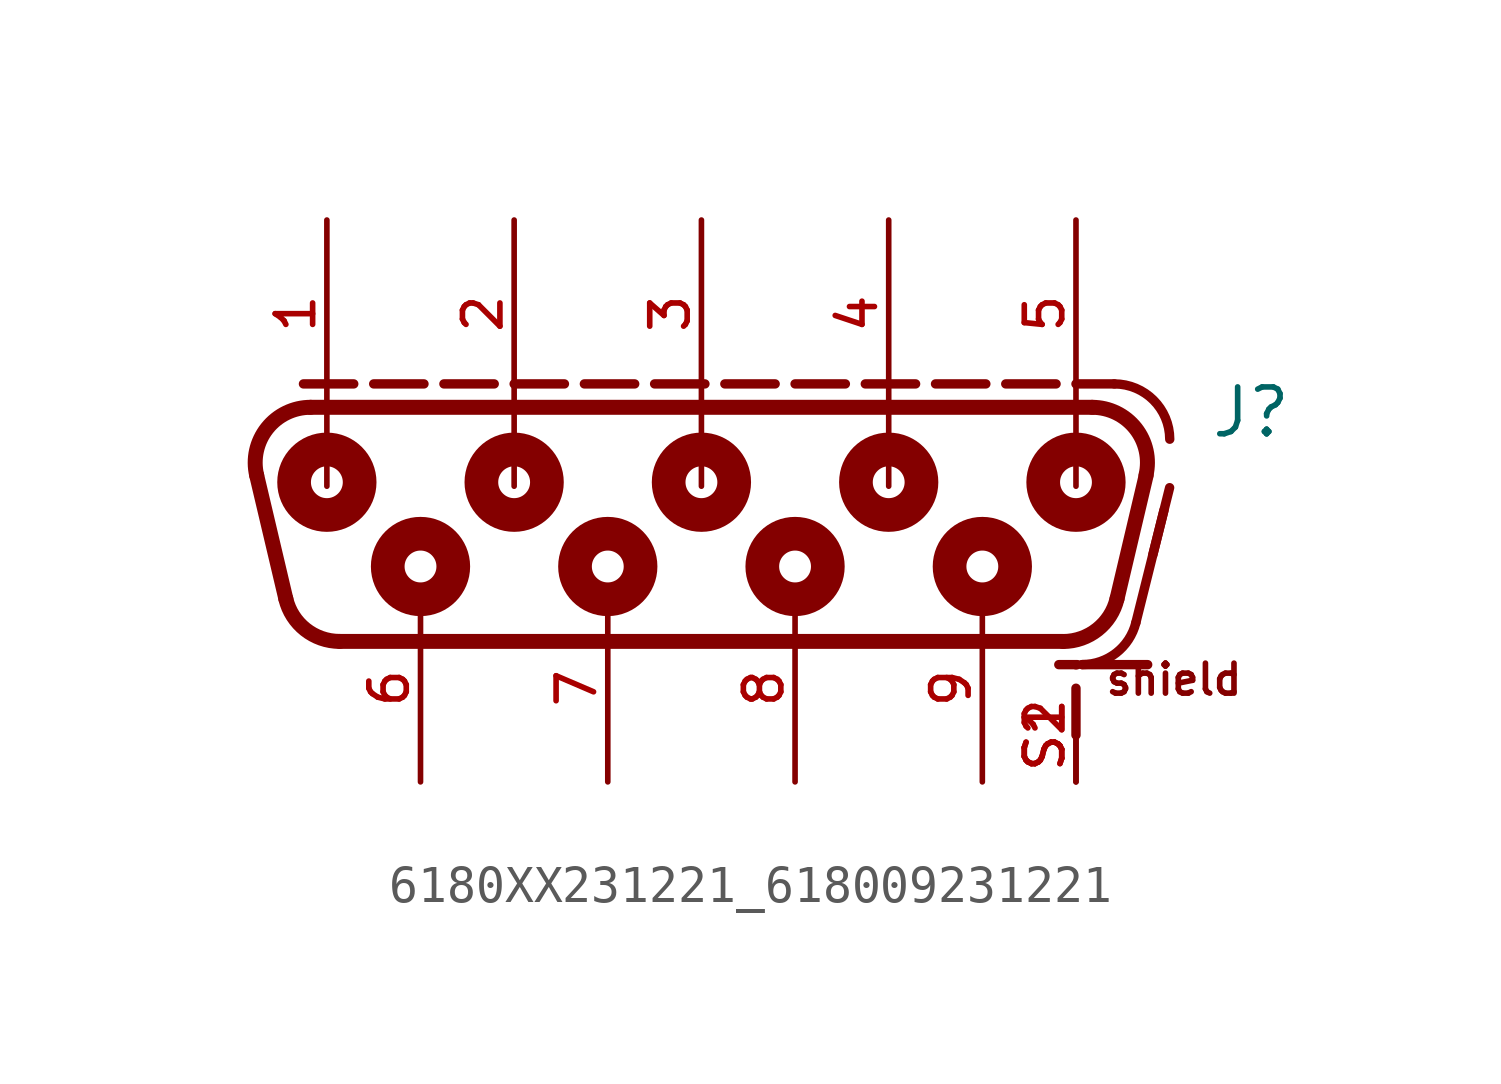
<source format=kicad_sym>
(kicad_symbol_lib
  (version 20231120)
  (generator "kicad_symbol_editor")
  (generator_version "8.0")
  (symbol "6180XX231221_618009231221"
    (pin_names
      (offset 1.016))
    (property "Reference" "J"
      (at 13.78 1.66 0)
      (effects (font (size 1.27 1.27)) (justify left bottom)))
    (symbol "6180XX231221_618009231221_0_0"
      (arc (start -11.2729 -2.6548) (mid -10.7468 -3.4839) (end -9.8131 -3.81) (stroke (width 0.4064) (type default)) (fill (type none)))
      (arc (start -10.6044 2.54) (mid -11.7806 1.9708) (end -12.0642 0.6952) (stroke (width 0.4064) (type default)) (fill (type none)))
      (circle (center -10.16 0.508) (radius 0.432) (stroke (width 0.914) (type default)) (fill (type none)))
      (circle (center -10.16 0.508) (radius 0.762) (stroke (width 0.254) (type default)) (fill (type none)))
      (circle (center -7.62 -1.778) (radius 0.432) (stroke (width 0.914) (type default)) (fill (type none)))
      (circle (center -7.62 -1.778) (radius 0.762) (stroke (width 0.254) (type default)) (fill (type none)))
      (circle (center -5.08 0.508) (radius 0.432) (stroke (width 0.914) (type default)) (fill (type none)))
      (circle (center -5.08 0.508) (radius 0.762) (stroke (width 0.254) (type default)) (fill (type none)))
      (circle (center -2.54 -1.778) (radius 0.432) (stroke (width 0.914) (type default)) (fill (type none)))
      (circle (center -2.54 -1.778) (radius 0.762) (stroke (width 0.254) (type default)) (fill (type none)))
      (polyline (pts (xy -11.273 -2.655) (xy -12.064 0.695)) (stroke (width 0.406) (type default)) (fill (type none)))
      (polyline (pts (xy -10.795 3.175) (xy -9.431 3.175)) (stroke (width 0.254) (type default)) (fill (type none)))
      (polyline (pts (xy -10.604 2.54) (xy 10.604 2.54)) (stroke (width 0.406) (type default)) (fill (type none)))
      (polyline (pts (xy -10.16 2.58) (xy -10.16 0.4)) (stroke (width 0.152) (type default)) (fill (type none)))
      (polyline (pts (xy -8.89 3.175) (xy -7.526 3.175)) (stroke (width 0.254) (type default)) (fill (type none)))
      (polyline (pts (xy -6.985 3.175) (xy -5.62 3.175)) (stroke (width 0.254) (type default)) (fill (type none)))
      (polyline (pts (xy -5.08 2.58) (xy -5.08 0.4)) (stroke (width 0.152) (type default)) (fill (type none)))
      (polyline (pts (xy -5.08 3.175) (xy -3.716 3.175)) (stroke (width 0.254) (type default)) (fill (type none)))
      (polyline (pts (xy -3.175 3.175) (xy -1.81 3.175)) (stroke (width 0.254) (type default)) (fill (type none)))
      (polyline (pts (xy -1.27 3.175) (xy 0.095 3.175)) (stroke (width 0.254) (type default)) (fill (type none)))
      (polyline (pts (xy 0 2.58) (xy 0 0.4)) (stroke (width 0.152) (type default)) (fill (type none)))
      (polyline (pts (xy 0.635 3.175) (xy 2 3.175)) (stroke (width 0.254) (type default)) (fill (type none)))
      (polyline (pts (xy 2.54 3.175) (xy 3.905 3.175)) (stroke (width 0.254) (type default)) (fill (type none)))
      (polyline (pts (xy 4.445 3.175) (xy 5.81 3.175)) (stroke (width 0.254) (type default)) (fill (type none)))
      (polyline (pts (xy 5.08 2.58) (xy 5.08 0.4)) (stroke (width 0.152) (type default)) (fill (type none)))
      (polyline (pts (xy 6.35 3.175) (xy 7.715 3.175)) (stroke (width 0.254) (type default)) (fill (type none)))
      (polyline (pts (xy 8.255 3.175) (xy 9.62 3.175)) (stroke (width 0.254) (type default)) (fill (type none)))
      (polyline (pts (xy 9.813 -3.81) (xy -9.813 -3.81)) (stroke (width 0.406) (type default)) (fill (type none)))
      (polyline (pts (xy 10.16 -6.35) (xy 10.16 -5.08)) (stroke (width 0.254) (type default)) (fill (type none)))
      (polyline (pts (xy 10.16 -4.445) (xy 10.16 -4.445)) (stroke (width 0.254) (type default)) (fill (type none)))
      (polyline (pts (xy 10.16 2.58) (xy 10.16 0.4)) (stroke (width 0.152) (type default)) (fill (type none)))
      (polyline (pts (xy 10.16 3.175) (xy 11.2 3.175)) (stroke (width 0.254) (type default)) (fill (type none)))
      (polyline (pts (xy 10.2 -4.44) (xy 9.694 -4.44)) (stroke (width 0.254) (type default)) (fill (type none)))
      (polyline (pts (xy 11.784 -3.304) (xy 12.546 -0.256)) (stroke (width 0.254) (type default)) (fill (type none)))
      (polyline (pts (xy 12.064 0.695) (xy 11.273 -2.655)) (stroke (width 0.406) (type default)) (fill (type none)))
      (polyline (pts (xy 12.105 -4.44) (xy 10.329 -4.44)) (stroke (width 0.254) (type default)) (fill (type none)))
      (polyline (pts (xy 12.246 -1.456) (xy 12.7 0.36)) (stroke (width 0.254) (type default)) (fill (type none)))
      (circle (center 0 0.508) (radius 0.432) (stroke (width 0.914) (type default)) (fill (type none)))
      (circle (center 0 0.508) (radius 0.762) (stroke (width 0.254) (type default)) (fill (type none)))
      (circle (center 2.54 -1.778) (radius 0.432) (stroke (width 0.914) (type default)) (fill (type none)))
      (circle (center 2.54 -1.778) (radius 0.762) (stroke (width 0.254) (type default)) (fill (type none)))
      (circle (center 5.08 0.508) (radius 0.432) (stroke (width 0.914) (type default)) (fill (type none)))
      (circle (center 5.08 0.508) (radius 0.762) (stroke (width 0.254) (type default)) (fill (type none)))
      (circle (center 7.62 -1.778) (radius 0.432) (stroke (width 0.914) (type default)) (fill (type none)))
      (circle (center 7.62 -1.778) (radius 0.762) (stroke (width 0.254) (type default)) (fill (type none)))
      (arc (start 9.8131 -3.81) (mid 10.7409 -3.4886) (end 11.2729 -2.6548) (stroke (width 0.4064) (type default)) (fill (type none)))
      (circle (center 10.16 0.508) (radius 0.432) (stroke (width 0.914) (type default)) (fill (type none)))
      (circle (center 10.16 0.508) (radius 0.762) (stroke (width 0.254) (type default)) (fill (type none)))
      (arc (start 10.3288 -4.44) (mid 11.2525 -4.1228) (end 11.7841 -3.3038) (stroke (width 0.254) (type default)) (fill (type none)))
      (arc (start 12.0642 0.6952) (mid 11.7783 1.9738) (end 10.6044 2.54) (stroke (width 0.4064) (type default)) (fill (type none)))
      (arc (start 12.7 1.675) (mid 12.2607 2.7357) (end 11.2 3.175) (stroke (width 0.254) (type default)) (fill (type none)))
      (text "shield" (at 10.9 -5.32 0) (effects (font (size 0.813 0.813)) (justify left bottom)))
      (pin bidirectional line (at -10.16 7.62 270) (length 5.08) (name "~" (effects (font (size 1.016 1.016)))) (number "1" (effects (font (size 1.016 1.016)))))
      (pin bidirectional line (at -5.08 7.62 270) (length 5.08) (name "~" (effects (font (size 1.016 1.016)))) (number "2" (effects (font (size 1.016 1.016)))))
      (pin bidirectional line (at 0 7.62 270) (length 5.08) (name "~" (effects (font (size 1.016 1.016)))) (number "3" (effects (font (size 1.016 1.016)))))
      (pin bidirectional line (at 5.08 7.62 270) (length 5.08) (name "~" (effects (font (size 1.016 1.016)))) (number "4" (effects (font (size 1.016 1.016)))))
      (pin bidirectional line (at 10.16 7.62 270) (length 5.08) (name "~" (effects (font (size 1.016 1.016)))) (number "5" (effects (font (size 1.016 1.016)))))
      (pin bidirectional line (at -7.62 -7.62 90) (length 5.08) (name "~" (effects (font (size 1.016 1.016)))) (number "6" (effects (font (size 1.016 1.016)))))
      (pin bidirectional line (at -2.54 -7.62 90) (length 5.08) (name "~" (effects (font (size 1.016 1.016)))) (number "7" (effects (font (size 1.016 1.016)))))
      (pin bidirectional line (at 2.54 -7.62 90) (length 5.08) (name "~" (effects (font (size 1.016 1.016)))) (number "8" (effects (font (size 1.016 1.016)))))
      (pin bidirectional line (at 7.62 -7.62 90) (length 5.08) (name "~" (effects (font (size 1.016 1.016)))) (number "9" (effects (font (size 1.016 1.016)))))
      (pin bidirectional line (at 10.16 -7.62 90) (length 2.54) (name "~" (effects (font (size 1.016 1.016)))) (number "S1" (effects (font (size 1.016 1.016)))))
      (pin bidirectional line (at 10.16 -7.62 90) (length 2.54) (name "~" (effects (font (size 1.016 1.016)))) (number "S2" (effects (font (size 1.016 1.016))))))))
</source>
